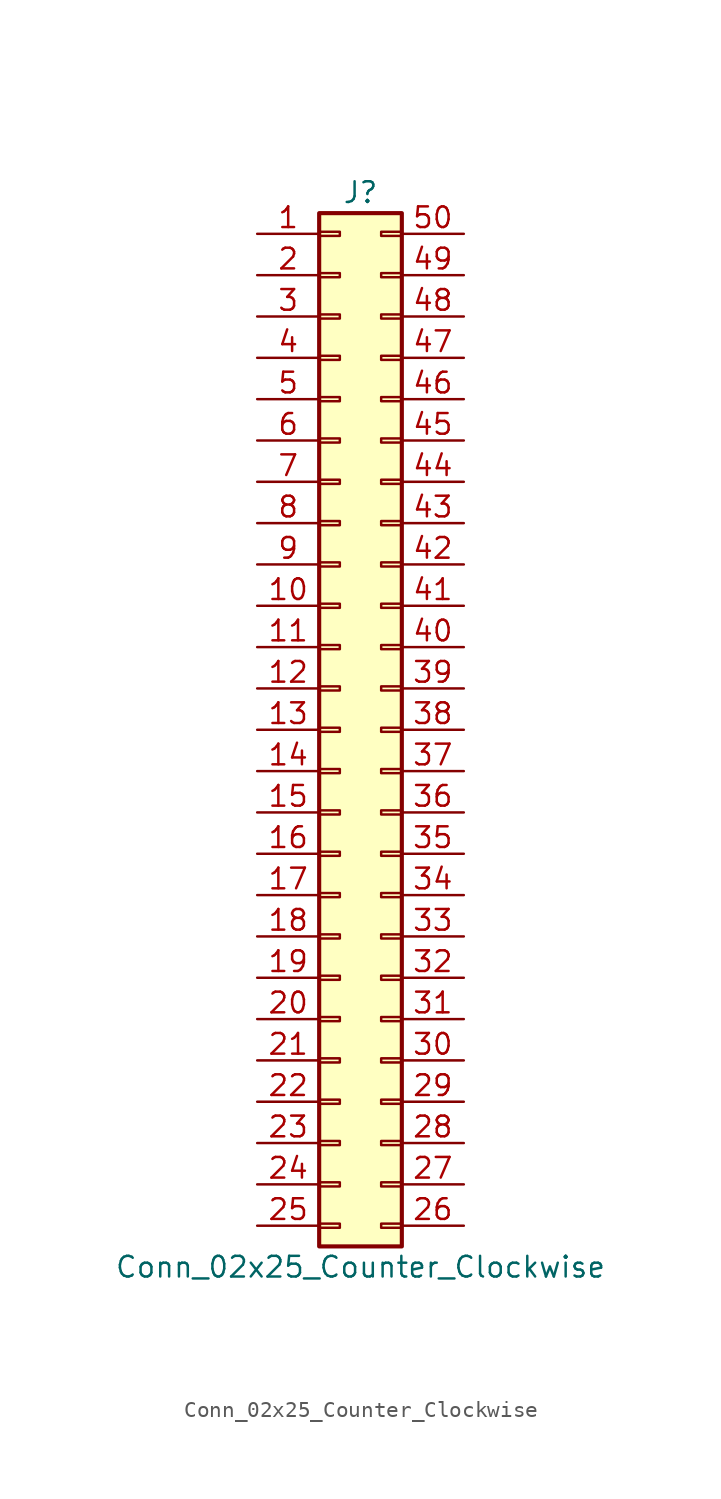
<source format=kicad_sym>
(kicad_symbol_lib
  (version 20220914)
  (generator kicad_symbol_editor)
  (symbol "Conn_02x25_Counter_Clockwise"
    (pin_names
      (offset 1.016) hide)
    (property "Reference" "J"
      (at 1.27 33.02 0)
      (effects (font (size 1.27 1.27))))
    (property "Value" "Conn_02x25_Counter_Clockwise"
      (at 1.27 -33.02 0)
      (effects (font (size 1.27 1.27))))
    (symbol "Conn_02x25_Counter_Clockwise_1_1"
      (rectangle (start -1.27 -30.353) (end 0 -30.607) (stroke (width 0.152) (type default)) (fill (type none)))
      (rectangle (start -1.27 -27.813) (end 0 -28.067) (stroke (width 0.152) (type default)) (fill (type none)))
      (rectangle (start -1.27 -25.273) (end 0 -25.527) (stroke (width 0.152) (type default)) (fill (type none)))
      (rectangle (start -1.27 -22.733) (end 0 -22.987) (stroke (width 0.152) (type default)) (fill (type none)))
      (rectangle (start -1.27 -20.193) (end 0 -20.447) (stroke (width 0.152) (type default)) (fill (type none)))
      (rectangle (start -1.27 -17.653) (end 0 -17.907) (stroke (width 0.152) (type default)) (fill (type none)))
      (rectangle (start -1.27 -15.113) (end 0 -15.367) (stroke (width 0.152) (type default)) (fill (type none)))
      (rectangle (start -1.27 -12.573) (end 0 -12.827) (stroke (width 0.152) (type default)) (fill (type none)))
      (rectangle (start -1.27 -10.033) (end 0 -10.287) (stroke (width 0.152) (type default)) (fill (type none)))
      (rectangle (start -1.27 -7.493) (end 0 -7.747) (stroke (width 0.152) (type default)) (fill (type none)))
      (rectangle (start -1.27 -4.953) (end 0 -5.207) (stroke (width 0.152) (type default)) (fill (type none)))
      (rectangle (start -1.27 -2.413) (end 0 -2.667) (stroke (width 0.152) (type default)) (fill (type none)))
      (rectangle (start -1.27 0.127) (end 0 -0.127) (stroke (width 0.152) (type default)) (fill (type none)))
      (rectangle (start -1.27 2.667) (end 0 2.413) (stroke (width 0.152) (type default)) (fill (type none)))
      (rectangle (start -1.27 5.207) (end 0 4.953) (stroke (width 0.152) (type default)) (fill (type none)))
      (rectangle (start -1.27 7.747) (end 0 7.493) (stroke (width 0.152) (type default)) (fill (type none)))
      (rectangle (start -1.27 10.287) (end 0 10.033) (stroke (width 0.152) (type default)) (fill (type none)))
      (rectangle (start -1.27 12.827) (end 0 12.573) (stroke (width 0.152) (type default)) (fill (type none)))
      (rectangle (start -1.27 15.367) (end 0 15.113) (stroke (width 0.152) (type default)) (fill (type none)))
      (rectangle (start -1.27 17.907) (end 0 17.653) (stroke (width 0.152) (type default)) (fill (type none)))
      (rectangle (start -1.27 20.447) (end 0 20.193) (stroke (width 0.152) (type default)) (fill (type none)))
      (rectangle (start -1.27 22.987) (end 0 22.733) (stroke (width 0.152) (type default)) (fill (type none)))
      (rectangle (start -1.27 25.527) (end 0 25.273) (stroke (width 0.152) (type default)) (fill (type none)))
      (rectangle (start -1.27 28.067) (end 0 27.813) (stroke (width 0.152) (type default)) (fill (type none)))
      (rectangle (start -1.27 30.607) (end 0 30.353) (stroke (width 0.152) (type default)) (fill (type none)))
      (rectangle (start -1.27 31.75) (end 3.81 -31.75) (stroke (width 0.254) (type default)) (fill (type background)))
      (rectangle (start 3.81 -30.353) (end 2.54 -30.607) (stroke (width 0.152) (type default)) (fill (type none)))
      (rectangle (start 3.81 -27.813) (end 2.54 -28.067) (stroke (width 0.152) (type default)) (fill (type none)))
      (rectangle (start 3.81 -25.273) (end 2.54 -25.527) (stroke (width 0.152) (type default)) (fill (type none)))
      (rectangle (start 3.81 -22.733) (end 2.54 -22.987) (stroke (width 0.152) (type default)) (fill (type none)))
      (rectangle (start 3.81 -20.193) (end 2.54 -20.447) (stroke (width 0.152) (type default)) (fill (type none)))
      (rectangle (start 3.81 -17.653) (end 2.54 -17.907) (stroke (width 0.152) (type default)) (fill (type none)))
      (rectangle (start 3.81 -15.113) (end 2.54 -15.367) (stroke (width 0.152) (type default)) (fill (type none)))
      (rectangle (start 3.81 -12.573) (end 2.54 -12.827) (stroke (width 0.152) (type default)) (fill (type none)))
      (rectangle (start 3.81 -10.033) (end 2.54 -10.287) (stroke (width 0.152) (type default)) (fill (type none)))
      (rectangle (start 3.81 -7.493) (end 2.54 -7.747) (stroke (width 0.152) (type default)) (fill (type none)))
      (rectangle (start 3.81 -4.953) (end 2.54 -5.207) (stroke (width 0.152) (type default)) (fill (type none)))
      (rectangle (start 3.81 -2.413) (end 2.54 -2.667) (stroke (width 0.152) (type default)) (fill (type none)))
      (rectangle (start 3.81 0.127) (end 2.54 -0.127) (stroke (width 0.152) (type default)) (fill (type none)))
      (rectangle (start 3.81 2.667) (end 2.54 2.413) (stroke (width 0.152) (type default)) (fill (type none)))
      (rectangle (start 3.81 5.207) (end 2.54 4.953) (stroke (width 0.152) (type default)) (fill (type none)))
      (rectangle (start 3.81 7.747) (end 2.54 7.493) (stroke (width 0.152) (type default)) (fill (type none)))
      (rectangle (start 3.81 10.287) (end 2.54 10.033) (stroke (width 0.152) (type default)) (fill (type none)))
      (rectangle (start 3.81 12.827) (end 2.54 12.573) (stroke (width 0.152) (type default)) (fill (type none)))
      (rectangle (start 3.81 15.367) (end 2.54 15.113) (stroke (width 0.152) (type default)) (fill (type none)))
      (rectangle (start 3.81 17.907) (end 2.54 17.653) (stroke (width 0.152) (type default)) (fill (type none)))
      (rectangle (start 3.81 20.447) (end 2.54 20.193) (stroke (width 0.152) (type default)) (fill (type none)))
      (rectangle (start 3.81 22.987) (end 2.54 22.733) (stroke (width 0.152) (type default)) (fill (type none)))
      (rectangle (start 3.81 25.527) (end 2.54 25.273) (stroke (width 0.152) (type default)) (fill (type none)))
      (rectangle (start 3.81 28.067) (end 2.54 27.813) (stroke (width 0.152) (type default)) (fill (type none)))
      (rectangle (start 3.81 30.607) (end 2.54 30.353) (stroke (width 0.152) (type default)) (fill (type none)))
      (pin passive line (at -5.08 30.48 0) (length 3.81) (name "Pin_1" (effects (font (size 1.27 1.27)))) (number "1" (effects (font (size 1.27 1.27)))))
      (pin passive line (at -5.08 7.62 0) (length 3.81) (name "Pin_10" (effects (font (size 1.27 1.27)))) (number "10" (effects (font (size 1.27 1.27)))))
      (pin passive line (at -5.08 5.08 0) (length 3.81) (name "Pin_11" (effects (font (size 1.27 1.27)))) (number "11" (effects (font (size 1.27 1.27)))))
      (pin passive line (at -5.08 2.54 0) (length 3.81) (name "Pin_12" (effects (font (size 1.27 1.27)))) (number "12" (effects (font (size 1.27 1.27)))))
      (pin passive line (at -5.08 0 0) (length 3.81) (name "Pin_13" (effects (font (size 1.27 1.27)))) (number "13" (effects (font (size 1.27 1.27)))))
      (pin passive line (at -5.08 -2.54 0) (length 3.81) (name "Pin_14" (effects (font (size 1.27 1.27)))) (number "14" (effects (font (size 1.27 1.27)))))
      (pin passive line (at -5.08 -5.08 0) (length 3.81) (name "Pin_15" (effects (font (size 1.27 1.27)))) (number "15" (effects (font (size 1.27 1.27)))))
      (pin passive line (at -5.08 -7.62 0) (length 3.81) (name "Pin_16" (effects (font (size 1.27 1.27)))) (number "16" (effects (font (size 1.27 1.27)))))
      (pin passive line (at -5.08 -10.16 0) (length 3.81) (name "Pin_17" (effects (font (size 1.27 1.27)))) (number "17" (effects (font (size 1.27 1.27)))))
      (pin passive line (at -5.08 -12.7 0) (length 3.81) (name "Pin_18" (effects (font (size 1.27 1.27)))) (number "18" (effects (font (size 1.27 1.27)))))
      (pin passive line (at -5.08 -15.24 0) (length 3.81) (name "Pin_19" (effects (font (size 1.27 1.27)))) (number "19" (effects (font (size 1.27 1.27)))))
      (pin passive line (at -5.08 27.94 0) (length 3.81) (name "Pin_2" (effects (font (size 1.27 1.27)))) (number "2" (effects (font (size 1.27 1.27)))))
      (pin passive line (at -5.08 -17.78 0) (length 3.81) (name "Pin_20" (effects (font (size 1.27 1.27)))) (number "20" (effects (font (size 1.27 1.27)))))
      (pin passive line (at -5.08 -20.32 0) (length 3.81) (name "Pin_21" (effects (font (size 1.27 1.27)))) (number "21" (effects (font (size 1.27 1.27)))))
      (pin passive line (at -5.08 -22.86 0) (length 3.81) (name "Pin_22" (effects (font (size 1.27 1.27)))) (number "22" (effects (font (size 1.27 1.27)))))
      (pin passive line (at -5.08 -25.4 0) (length 3.81) (name "Pin_23" (effects (font (size 1.27 1.27)))) (number "23" (effects (font (size 1.27 1.27)))))
      (pin passive line (at -5.08 -27.94 0) (length 3.81) (name "Pin_24" (effects (font (size 1.27 1.27)))) (number "24" (effects (font (size 1.27 1.27)))))
      (pin passive line (at -5.08 -30.48 0) (length 3.81) (name "Pin_25" (effects (font (size 1.27 1.27)))) (number "25" (effects (font (size 1.27 1.27)))))
      (pin passive line (at 7.62 -30.48 180) (length 3.81) (name "Pin_26" (effects (font (size 1.27 1.27)))) (number "26" (effects (font (size 1.27 1.27)))))
      (pin passive line (at 7.62 -27.94 180) (length 3.81) (name "Pin_27" (effects (font (size 1.27 1.27)))) (number "27" (effects (font (size 1.27 1.27)))))
      (pin passive line (at 7.62 -25.4 180) (length 3.81) (name "Pin_28" (effects (font (size 1.27 1.27)))) (number "28" (effects (font (size 1.27 1.27)))))
      (pin passive line (at 7.62 -22.86 180) (length 3.81) (name "Pin_29" (effects (font (size 1.27 1.27)))) (number "29" (effects (font (size 1.27 1.27)))))
      (pin passive line (at -5.08 25.4 0) (length 3.81) (name "Pin_3" (effects (font (size 1.27 1.27)))) (number "3" (effects (font (size 1.27 1.27)))))
      (pin passive line (at 7.62 -20.32 180) (length 3.81) (name "Pin_30" (effects (font (size 1.27 1.27)))) (number "30" (effects (font (size 1.27 1.27)))))
      (pin passive line (at 7.62 -17.78 180) (length 3.81) (name "Pin_31" (effects (font (size 1.27 1.27)))) (number "31" (effects (font (size 1.27 1.27)))))
      (pin passive line (at 7.62 -15.24 180) (length 3.81) (name "Pin_32" (effects (font (size 1.27 1.27)))) (number "32" (effects (font (size 1.27 1.27)))))
      (pin passive line (at 7.62 -12.7 180) (length 3.81) (name "Pin_33" (effects (font (size 1.27 1.27)))) (number "33" (effects (font (size 1.27 1.27)))))
      (pin passive line (at 7.62 -10.16 180) (length 3.81) (name "Pin_34" (effects (font (size 1.27 1.27)))) (number "34" (effects (font (size 1.27 1.27)))))
      (pin passive line (at 7.62 -7.62 180) (length 3.81) (name "Pin_35" (effects (font (size 1.27 1.27)))) (number "35" (effects (font (size 1.27 1.27)))))
      (pin passive line (at 7.62 -5.08 180) (length 3.81) (name "Pin_36" (effects (font (size 1.27 1.27)))) (number "36" (effects (font (size 1.27 1.27)))))
      (pin passive line (at 7.62 -2.54 180) (length 3.81) (name "Pin_37" (effects (font (size 1.27 1.27)))) (number "37" (effects (font (size 1.27 1.27)))))
      (pin passive line (at 7.62 0 180) (length 3.81) (name "Pin_38" (effects (font (size 1.27 1.27)))) (number "38" (effects (font (size 1.27 1.27)))))
      (pin passive line (at 7.62 2.54 180) (length 3.81) (name "Pin_39" (effects (font (size 1.27 1.27)))) (number "39" (effects (font (size 1.27 1.27)))))
      (pin passive line (at -5.08 22.86 0) (length 3.81) (name "Pin_4" (effects (font (size 1.27 1.27)))) (number "4" (effects (font (size 1.27 1.27)))))
      (pin passive line (at 7.62 5.08 180) (length 3.81) (name "Pin_40" (effects (font (size 1.27 1.27)))) (number "40" (effects (font (size 1.27 1.27)))))
      (pin passive line (at 7.62 7.62 180) (length 3.81) (name "Pin_41" (effects (font (size 1.27 1.27)))) (number "41" (effects (font (size 1.27 1.27)))))
      (pin passive line (at 7.62 10.16 180) (length 3.81) (name "Pin_42" (effects (font (size 1.27 1.27)))) (number "42" (effects (font (size 1.27 1.27)))))
      (pin passive line (at 7.62 12.7 180) (length 3.81) (name "Pin_43" (effects (font (size 1.27 1.27)))) (number "43" (effects (font (size 1.27 1.27)))))
      (pin passive line (at 7.62 15.24 180) (length 3.81) (name "Pin_44" (effects (font (size 1.27 1.27)))) (number "44" (effects (font (size 1.27 1.27)))))
      (pin passive line (at 7.62 17.78 180) (length 3.81) (name "Pin_45" (effects (font (size 1.27 1.27)))) (number "45" (effects (font (size 1.27 1.27)))))
      (pin passive line (at 7.62 20.32 180) (length 3.81) (name "Pin_46" (effects (font (size 1.27 1.27)))) (number "46" (effects (font (size 1.27 1.27)))))
      (pin passive line (at 7.62 22.86 180) (length 3.81) (name "Pin_47" (effects (font (size 1.27 1.27)))) (number "47" (effects (font (size 1.27 1.27)))))
      (pin passive line (at 7.62 25.4 180) (length 3.81) (name "Pin_48" (effects (font (size 1.27 1.27)))) (number "48" (effects (font (size 1.27 1.27)))))
      (pin passive line (at 7.62 27.94 180) (length 3.81) (name "Pin_49" (effects (font (size 1.27 1.27)))) (number "49" (effects (font (size 1.27 1.27)))))
      (pin passive line (at -5.08 20.32 0) (length 3.81) (name "Pin_5" (effects (font (size 1.27 1.27)))) (number "5" (effects (font (size 1.27 1.27)))))
      (pin passive line (at 7.62 30.48 180) (length 3.81) (name "Pin_50" (effects (font (size 1.27 1.27)))) (number "50" (effects (font (size 1.27 1.27)))))
      (pin passive line (at -5.08 17.78 0) (length 3.81) (name "Pin_6" (effects (font (size 1.27 1.27)))) (number "6" (effects (font (size 1.27 1.27)))))
      (pin passive line (at -5.08 15.24 0) (length 3.81) (name "Pin_7" (effects (font (size 1.27 1.27)))) (number "7" (effects (font (size 1.27 1.27)))))
      (pin passive line (at -5.08 12.7 0) (length 3.81) (name "Pin_8" (effects (font (size 1.27 1.27)))) (number "8" (effects (font (size 1.27 1.27)))))
      (pin passive line (at -5.08 10.16 0) (length 3.81) (name "Pin_9" (effects (font (size 1.27 1.27)))) (number "9" (effects (font (size 1.27 1.27))))))))
</source>
